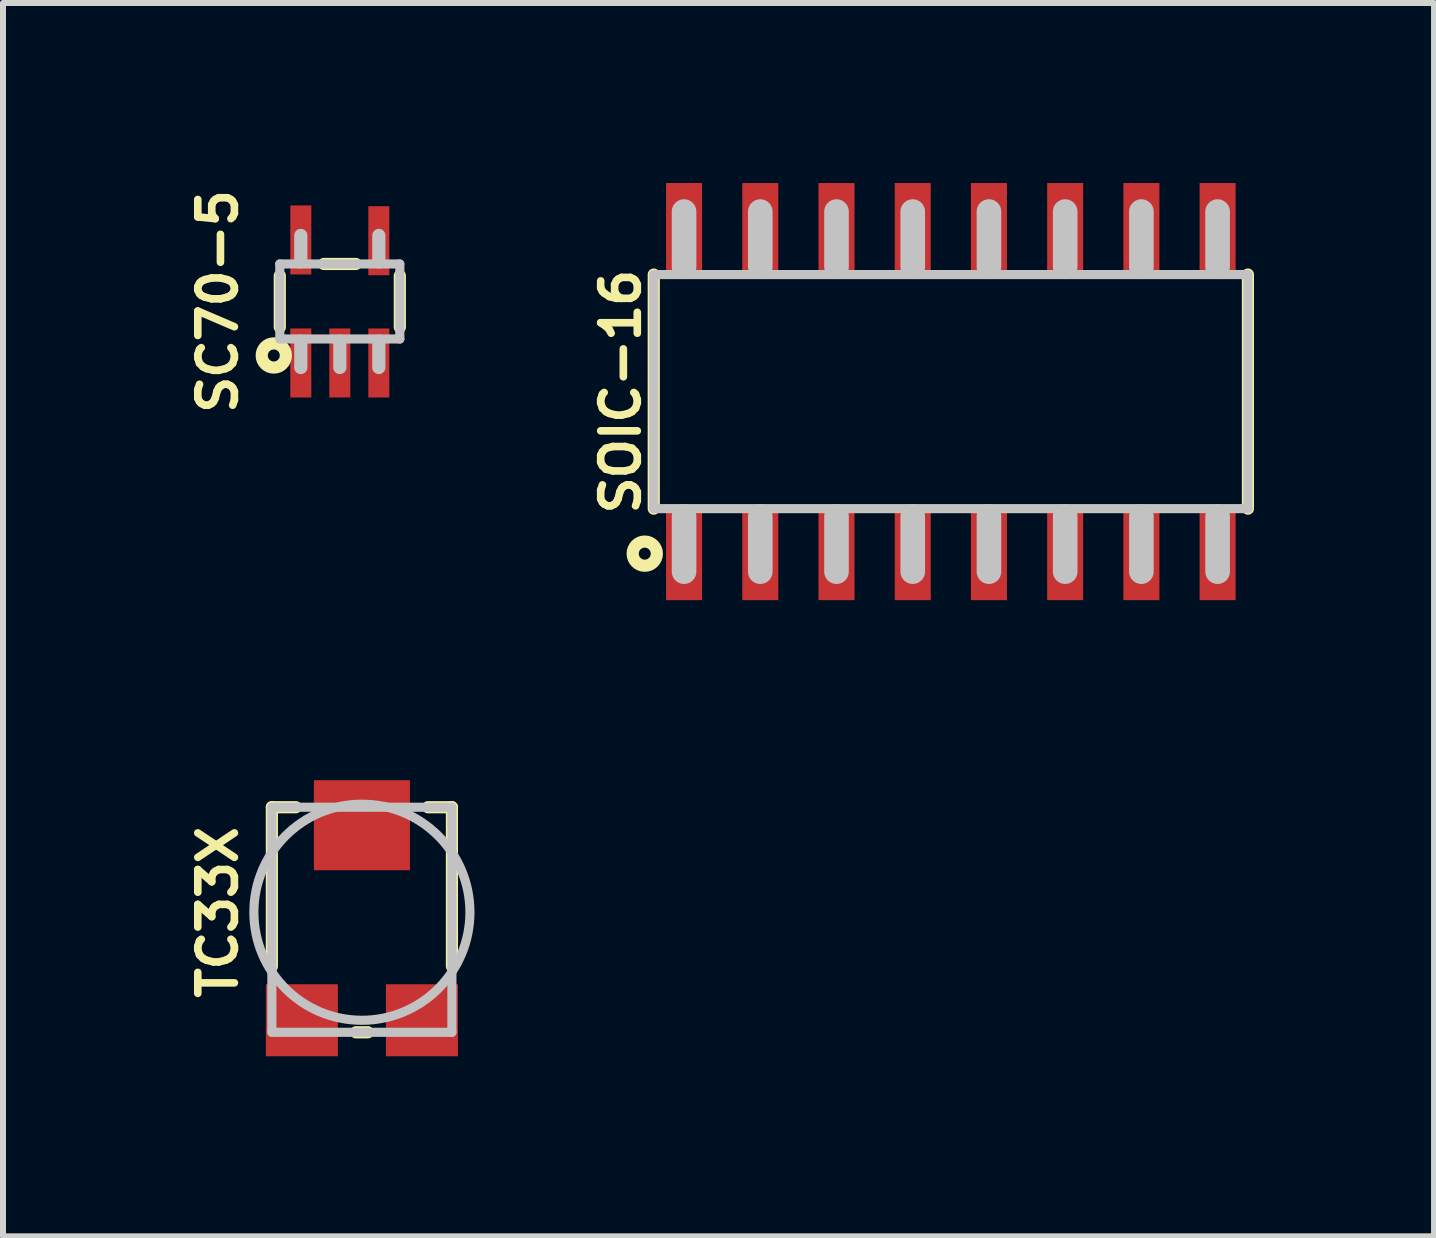
<source format=kicad_pcb>
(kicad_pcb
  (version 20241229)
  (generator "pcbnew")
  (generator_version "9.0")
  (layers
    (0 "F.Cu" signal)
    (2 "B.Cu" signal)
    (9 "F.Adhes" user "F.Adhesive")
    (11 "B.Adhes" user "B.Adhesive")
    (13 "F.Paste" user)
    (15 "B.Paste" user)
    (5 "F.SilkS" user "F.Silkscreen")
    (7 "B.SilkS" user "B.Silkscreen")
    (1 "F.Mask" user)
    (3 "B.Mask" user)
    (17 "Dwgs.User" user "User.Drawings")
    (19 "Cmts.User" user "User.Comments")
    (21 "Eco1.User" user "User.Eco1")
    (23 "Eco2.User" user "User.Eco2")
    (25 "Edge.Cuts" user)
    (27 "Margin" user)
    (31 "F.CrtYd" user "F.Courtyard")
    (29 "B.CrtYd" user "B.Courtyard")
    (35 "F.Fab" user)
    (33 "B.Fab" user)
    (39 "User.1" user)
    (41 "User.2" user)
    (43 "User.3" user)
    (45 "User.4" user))
  (footprint "TC33X"
    (layer "F.Cu")
    (at 2.98 12.15)
    (property "Reference" "TC33X" (at -2.4 0 90) (layer "F.SilkS") (effects (font (size 0.61 0.61) (thickness 0.127))))
    (attr smd)
    (fp_line (start -1.5 -1.75) (end -1.5 0.9) (stroke (width 0.203) (type solid)) (layer "F.SilkS"))
    (fp_line (start -1.1 -1.75) (end -1.5 -1.75) (stroke (width 0.203) (type solid)) (layer "F.SilkS"))
    (fp_line (start 0.1 2) (end -0.1 2) (stroke (width 0.203) (type solid)) (layer "F.SilkS"))
    (fp_line (start 1.5 -1.75) (end 1.1 -1.75) (stroke (width 0.203) (type solid)) (layer "F.SilkS"))
    (fp_line (start 1.5 -1.75) (end 1.5 0.9) (stroke (width 0.203) (type solid)) (layer "F.SilkS"))
    (fp_line (start -1.5 -1.75) (end -1.5 2) (stroke (width 0.152) (type solid)) (layer "Dwgs.User"))
    (fp_line (start -1.5 -1.75) (end 1.5 -1.75) (stroke (width 0.152) (type solid)) (layer "Dwgs.User"))
    (fp_line (start 1.5 -1.75) (end 1.5 2) (stroke (width 0.152) (type solid)) (layer "Dwgs.User"))
    (fp_line (start 1.5 2) (end -1.5 2) (stroke (width 0.152) (type solid)) (layer "Dwgs.User"))
    (fp_circle (center 0 0) (end 1.8 0) (stroke (width 0.152) (type solid)) (fill no) (layer "Dwgs.User"))
    (pad "1" smd rect (at -1 1.8) (size 1.2 1.2) (layers "F.Cu" "F.Mask" "F.Paste"))
    (pad "2" smd rect (at 0 -1.45) (size 1.6 1.5) (layers "F.Cu" "F.Mask" "F.Paste"))
    (pad "3" smd rect (at 1 1.8) (size 1.2 1.2) (layers "F.Cu" "F.Mask" "F.Paste")))
  (footprint "SC70-5"
    (layer "F.Cu")
    (at 2.612 1.973)
    (property "Reference" "SC70-5" (at -2.032 0 90) (layer "F.SilkS") (effects (font (size 0.61 0.61) (thickness 0.127))))
    (attr smd)
    (fp_line (start -1 0.429) (end -1 -0.429) (stroke (width 0.203) (type solid)) (layer "F.SilkS"))
    (fp_line (start -0.267 -0.625) (end 0.267 -0.625) (stroke (width 0.203) (type solid)) (layer "F.SilkS"))
    (fp_line (start 1 -0.429) (end 1 0.429) (stroke (width 0.203) (type solid)) (layer "F.SilkS"))
    (fp_circle (center -1.1 0.9) (end -1.1 1) (stroke (width 0.203) (type solid)) (fill no) (layer "F.SilkS"))
    (fp_line (start -1 -0.625) (end -1 0.625) (stroke (width 0.152) (type solid)) (layer "Dwgs.User"))
    (fp_line (start -1 -0.625) (end 1 -0.625) (stroke (width 0.152) (type solid)) (layer "Dwgs.User"))
    (fp_line (start -0.65 -1.1) (end -0.65 -0.66) (stroke (width 0.22) (type solid)) (layer "Dwgs.User"))
    (fp_line (start -0.65 0.66) (end -0.65 1.1) (stroke (width 0.22) (type solid)) (layer "Dwgs.User"))
    (fp_line (start 0 0.66) (end 0 1.1) (stroke (width 0.22) (type solid)) (layer "Dwgs.User"))
    (fp_line (start 0.65 -1.1) (end 0.65 -0.66) (stroke (width 0.22) (type solid)) (layer "Dwgs.User"))
    (fp_line (start 0.65 0.66) (end 0.65 1.1) (stroke (width 0.22) (type solid)) (layer "Dwgs.User"))
    (fp_line (start 1 -0.625) (end 1 0.625) (stroke (width 0.152) (type solid)) (layer "Dwgs.User"))
    (fp_line (start 1 0.625) (end -1 0.625) (stroke (width 0.152) (type solid)) (layer "Dwgs.User"))
    (pad "1" smd rect (at -0.65 1.025) (size 0.35 1.15) (layers "F.Cu" "F.Mask" "F.Paste"))
    (pad "2" smd rect (at 0 1.025) (size 0.35 1.15) (layers "F.Cu" "F.Mask" "F.Paste"))
    (pad "3" smd rect (at 0.65 1.025) (size 0.35 1.15) (layers "F.Cu" "F.Mask" "F.Paste"))
    (pad "4" smd rect (at 0.65 -1.012) (size 0.35 1.15) (layers "F.Cu" "F.Mask" "F.Paste"))
    (pad "5" smd rect (at -0.65 -1.025) (size 0.35 1.15) (layers "F.Cu" "F.Mask" "F.Paste")))
  (footprint "SOIC-16"
    (layer "F.Cu")
    (at 12.793 3.475)
    (property "Reference" "SOIC-16" (at -5.5 0 90) (layer "F.SilkS") (effects (font (size 0.61 0.61) (thickness 0.127))))
    (attr smd)
    (fp_line (start -4.95 -1.95) (end -4.95 1.95) (stroke (width 0.203) (type solid)) (layer "F.SilkS"))
    (fp_line (start 4.95 -1.95) (end 4.95 1.95) (stroke (width 0.203) (type solid)) (layer "F.SilkS"))
    (fp_circle (center -5.1 2.7) (end -5.1 2.8) (stroke (width 0.203) (type solid)) (fill no) (layer "F.SilkS"))
    (fp_line (start -4.95 -1.95) (end -4.95 1.95) (stroke (width 0.152) (type solid)) (layer "Dwgs.User"))
    (fp_line (start -4.445 -3) (end -4.445 -2.08) (stroke (width 0.41) (type solid)) (layer "Dwgs.User"))
    (fp_line (start -4.445 2.08) (end -4.445 3) (stroke (width 0.41) (type solid)) (layer "Dwgs.User"))
    (fp_line (start -3.175 -3) (end -3.175 -2.08) (stroke (width 0.41) (type solid)) (layer "Dwgs.User"))
    (fp_line (start -3.175 2.08) (end -3.175 3) (stroke (width 0.41) (type solid)) (layer "Dwgs.User"))
    (fp_line (start -1.905 -3) (end -1.905 -2.08) (stroke (width 0.41) (type solid)) (layer "Dwgs.User"))
    (fp_line (start -1.905 2.08) (end -1.905 3) (stroke (width 0.41) (type solid)) (layer "Dwgs.User"))
    (fp_line (start -0.635 -3) (end -0.635 -2.08) (stroke (width 0.41) (type solid)) (layer "Dwgs.User"))
    (fp_line (start -0.635 2.08) (end -0.635 3) (stroke (width 0.41) (type solid)) (layer "Dwgs.User"))
    (fp_line (start 0.635 -3) (end 0.635 -2.08) (stroke (width 0.41) (type solid)) (layer "Dwgs.User"))
    (fp_line (start 0.635 2.08) (end 0.635 3) (stroke (width 0.41) (type solid)) (layer "Dwgs.User"))
    (fp_line (start 1.905 -3) (end 1.905 -2.08) (stroke (width 0.41) (type solid)) (layer "Dwgs.User"))
    (fp_line (start 1.905 2.08) (end 1.905 3) (stroke (width 0.41) (type solid)) (layer "Dwgs.User"))
    (fp_line (start 3.175 -3) (end 3.175 -2.08) (stroke (width 0.41) (type solid)) (layer "Dwgs.User"))
    (fp_line (start 3.175 2.08) (end 3.175 3) (stroke (width 0.41) (type solid)) (layer "Dwgs.User"))
    (fp_line (start 4.445 -3) (end 4.445 -2.08) (stroke (width 0.41) (type solid)) (layer "Dwgs.User"))
    (fp_line (start 4.445 2.08) (end 4.445 3) (stroke (width 0.41) (type solid)) (layer "Dwgs.User"))
    (fp_line (start 4.95 -1.95) (end -4.95 -1.95) (stroke (width 0.152) (type solid)) (layer "Dwgs.User"))
    (fp_line (start 4.95 -1.95) (end 4.95 1.95) (stroke (width 0.152) (type solid)) (layer "Dwgs.User"))
    (fp_line (start 4.95 1.95) (end -4.95 1.95) (stroke (width 0.152) (type solid)) (layer "Dwgs.User"))
    (pad "1" smd rect (at -4.445 2.7) (size 0.6 1.55) (layers "F.Cu" "F.Mask" "F.Paste"))
    (pad "2" smd rect (at -3.175 2.7) (size 0.6 1.55) (layers "F.Cu" "F.Mask" "F.Paste"))
    (pad "3" smd rect (at -1.905 2.7) (size 0.6 1.55) (layers "F.Cu" "F.Mask" "F.Paste"))
    (pad "4" smd rect (at -0.635 2.7) (size 0.6 1.55) (layers "F.Cu" "F.Mask" "F.Paste"))
    (pad "5" smd rect (at 0.635 2.7) (size 0.6 1.55) (layers "F.Cu" "F.Mask" "F.Paste"))
    (pad "6" smd rect (at 1.905 2.7) (size 0.6 1.55) (layers "F.Cu" "F.Mask" "F.Paste"))
    (pad "7" smd rect (at 3.175 2.7) (size 0.6 1.55) (layers "F.Cu" "F.Mask" "F.Paste"))
    (pad "8" smd rect (at 4.445 2.7) (size 0.6 1.55) (layers "F.Cu" "F.Mask" "F.Paste"))
    (pad "9" smd rect (at 4.445 -2.7) (size 0.6 1.55) (layers "F.Cu" "F.Mask" "F.Paste"))
    (pad "10" smd rect (at 3.175 -2.7) (size 0.6 1.55) (layers "F.Cu" "F.Mask" "F.Paste"))
    (pad "11" smd rect (at 1.905 -2.7) (size 0.6 1.55) (layers "F.Cu" "F.Mask" "F.Paste"))
    (pad "12" smd rect (at 0.635 -2.7) (size 0.6 1.55) (layers "F.Cu" "F.Mask" "F.Paste"))
    (pad "13" smd rect (at -0.635 -2.7) (size 0.6 1.55) (layers "F.Cu" "F.Mask" "F.Paste"))
    (pad "14" smd rect (at -1.905 -2.7) (size 0.6 1.55) (layers "F.Cu" "F.Mask" "F.Paste"))
    (pad "15" smd rect (at -3.175 -2.7) (size 0.6 1.55) (layers "F.Cu" "F.Mask" "F.Paste"))
    (pad "16" smd rect (at -4.445 -2.7) (size 0.6 1.55) (layers "F.Cu" "F.Mask" "F.Paste")))
  (gr_rect
    (start -3 -3)
    (end 20.844 17.55)
    (stroke (width 0.1) (type default))
    (fill no)
    (layer "Edge.Cuts")))
</source>
